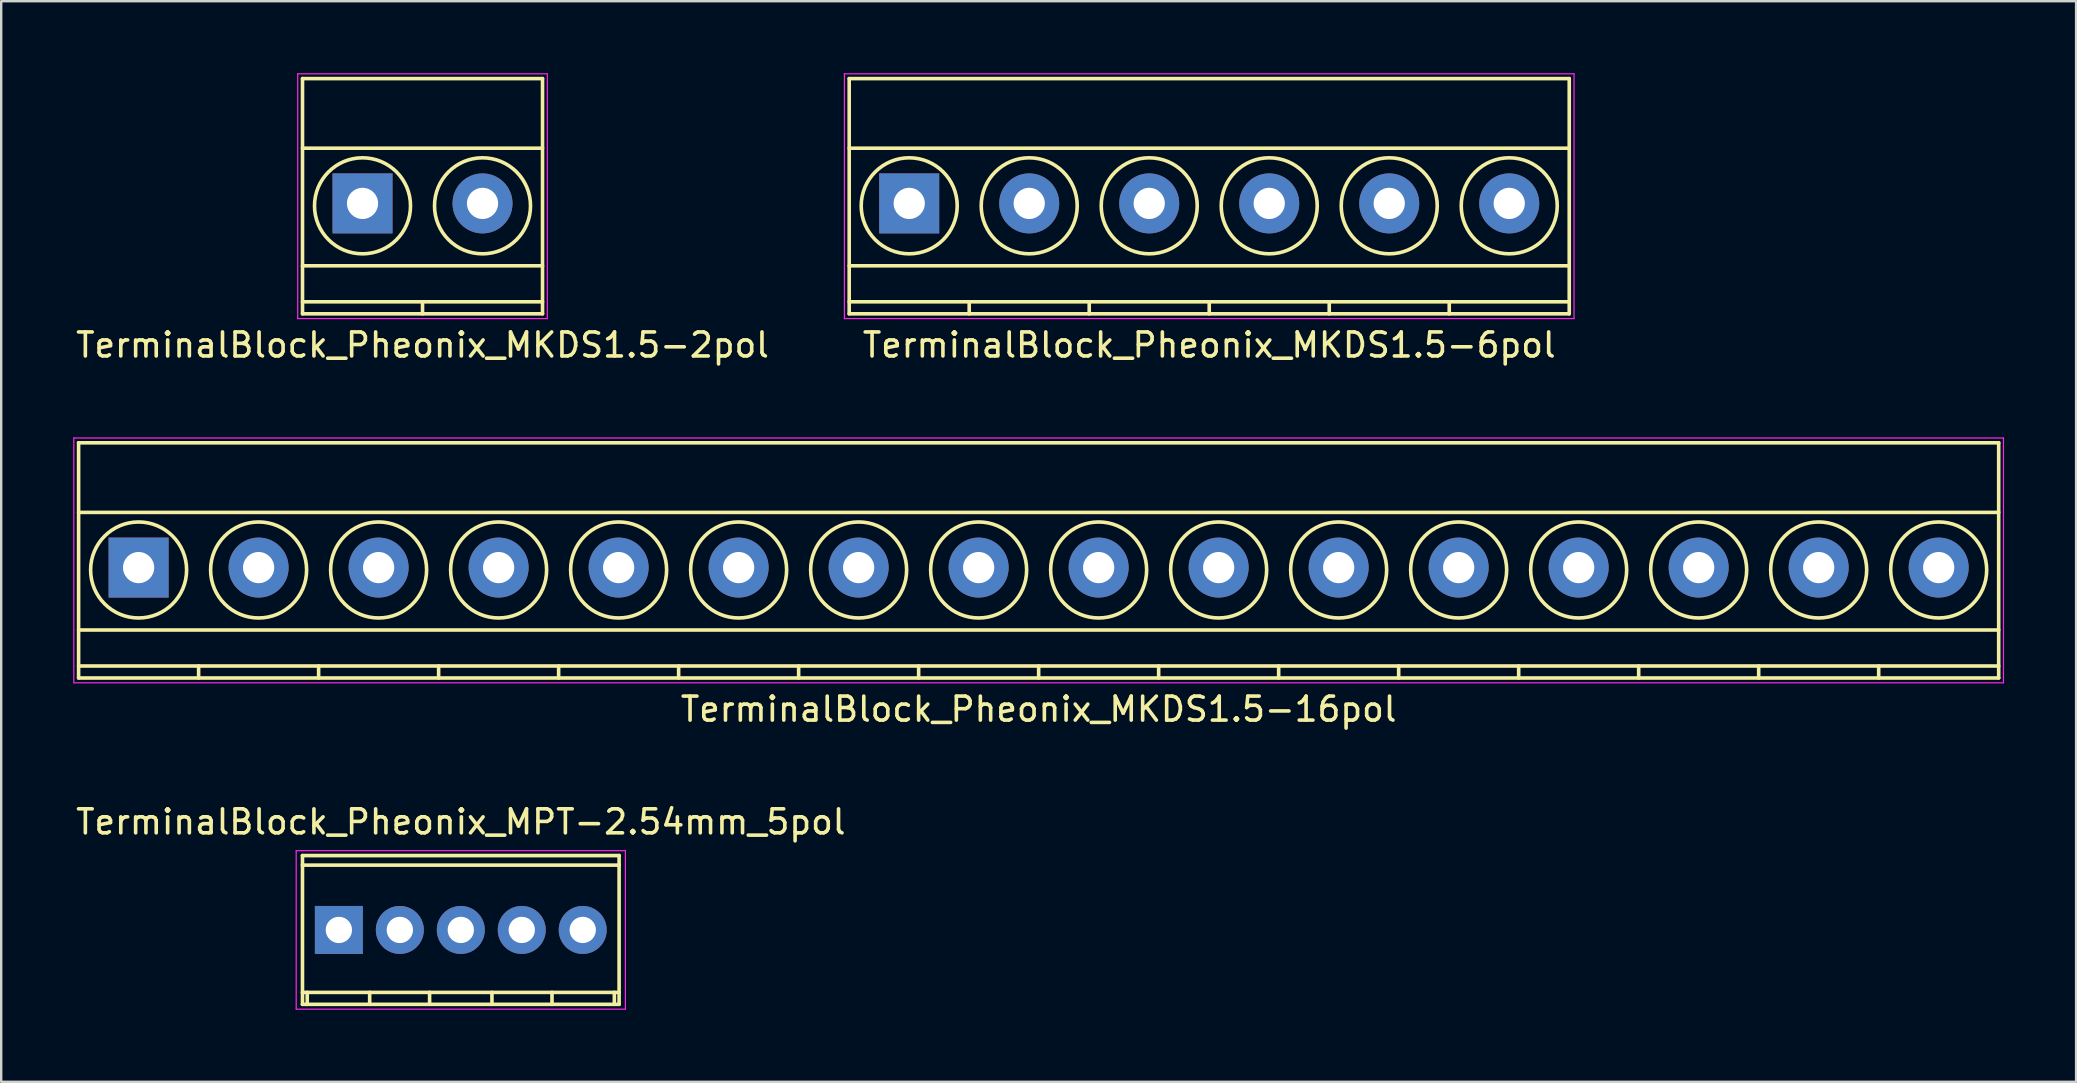
<source format=kicad_pcb>
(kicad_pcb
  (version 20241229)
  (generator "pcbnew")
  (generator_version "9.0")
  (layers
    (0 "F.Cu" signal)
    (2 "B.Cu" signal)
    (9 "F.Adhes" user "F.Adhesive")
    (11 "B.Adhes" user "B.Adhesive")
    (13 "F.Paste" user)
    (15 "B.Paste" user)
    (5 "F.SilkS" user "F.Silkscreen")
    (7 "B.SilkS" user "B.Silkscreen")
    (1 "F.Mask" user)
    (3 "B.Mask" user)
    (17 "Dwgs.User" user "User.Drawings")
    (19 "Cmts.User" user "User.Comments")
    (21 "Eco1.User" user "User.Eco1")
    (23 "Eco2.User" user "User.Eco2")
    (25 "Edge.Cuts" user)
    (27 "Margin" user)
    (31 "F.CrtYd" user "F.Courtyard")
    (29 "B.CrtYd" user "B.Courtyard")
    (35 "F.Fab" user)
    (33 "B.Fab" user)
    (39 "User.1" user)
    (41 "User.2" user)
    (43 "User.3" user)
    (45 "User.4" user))
  (footprint "TerminalBlock_Pheonix_MKDS1.5-6pol"
    (layer "F.Cu")
    (at 34.832 5.425)
    (property "Reference" "TerminalBlock_Pheonix_MKDS1.5-6pol" (at 12.5 5.9 0) (layer "F.SilkS") (effects (font (size 1 1) (thickness 0.15))))
    (attr through_hole)
    (fp_line (start -2.5 -5.2) (end -2.5 4.6) (stroke (width 0.15) (type solid)) (layer "F.SilkS"))
    (fp_line (start -2.5 -2.3) (end 27.5 -2.3) (stroke (width 0.15) (type solid)) (layer "F.SilkS"))
    (fp_line (start -2.5 2.6) (end 27.5 2.6) (stroke (width 0.15) (type solid)) (layer "F.SilkS"))
    (fp_line (start -2.5 4.1) (end 27.5 4.1) (stroke (width 0.15) (type solid)) (layer "F.SilkS"))
    (fp_line (start -2.5 4.6) (end 27.5 4.6) (stroke (width 0.15) (type solid)) (layer "F.SilkS"))
    (fp_line (start 2.5 4.1) (end 2.5 4.6) (stroke (width 0.15) (type solid)) (layer "F.SilkS"))
    (fp_line (start 7.5 4.1) (end 7.5 4.6) (stroke (width 0.15) (type solid)) (layer "F.SilkS"))
    (fp_line (start 12.5 4.1) (end 12.5 4.6) (stroke (width 0.15) (type solid)) (layer "F.SilkS"))
    (fp_line (start 17.5 4.1) (end 17.5 4.6) (stroke (width 0.15) (type solid)) (layer "F.SilkS"))
    (fp_line (start 22.5 4.1) (end 22.5 4.6) (stroke (width 0.15) (type solid)) (layer "F.SilkS"))
    (fp_line (start 27.5 -5.2) (end -2.5 -5.2) (stroke (width 0.15) (type solid)) (layer "F.SilkS"))
    (fp_line (start 27.5 4.6) (end 27.5 -5.2) (stroke (width 0.15) (type solid)) (layer "F.SilkS"))
    (fp_circle (center 0 0.1) (end 2 0.1) (stroke (width 0.15) (type solid)) (fill no) (layer "F.SilkS"))
    (fp_circle (center 5 0.1) (end 3 0.1) (stroke (width 0.15) (type solid)) (fill no) (layer "F.SilkS"))
    (fp_circle (center 10 0.1) (end 8 0.1) (stroke (width 0.15) (type solid)) (fill no) (layer "F.SilkS"))
    (fp_circle (center 15 0.1) (end 13 0.1) (stroke (width 0.15) (type solid)) (fill no) (layer "F.SilkS"))
    (fp_circle (center 20 0.1) (end 18 0.1) (stroke (width 0.15) (type solid)) (fill no) (layer "F.SilkS"))
    (fp_circle (center 25 0.1) (end 23 0.1) (stroke (width 0.15) (type solid)) (fill no) (layer "F.SilkS"))
    (fp_line (start -2.7 -5.4) (end 27.7 -5.4) (stroke (width 0.05) (type solid)) (layer "F.CrtYd"))
    (fp_line (start -2.7 4.8) (end -2.7 -5.4) (stroke (width 0.05) (type solid)) (layer "F.CrtYd"))
    (fp_line (start 27.7 -5.4) (end 27.7 4.8) (stroke (width 0.05) (type solid)) (layer "F.CrtYd"))
    (fp_line (start 27.7 4.8) (end -2.7 4.8) (stroke (width 0.05) (type solid)) (layer "F.CrtYd"))
    (pad "1" thru_hole rect (at 0 0) (size 2.5 2.5) (drill 1.3) (layers "*.Cu" "*.Mask"))
    (pad "2" thru_hole circle (at 5 0) (size 2.5 2.5) (drill 1.3) (layers "*.Cu" "*.Mask"))
    (pad "3" thru_hole circle (at 10 0) (size 2.5 2.5) (drill 1.3) (layers "*.Cu" "*.Mask"))
    (pad "4" thru_hole circle (at 15 0) (size 2.5 2.5) (drill 1.3) (layers "*.Cu" "*.Mask"))
    (pad "5" thru_hole circle (at 20 0) (size 2.5 2.5) (drill 1.3) (layers "*.Cu" "*.Mask"))
    (pad "6" thru_hole circle (at 25 0) (size 2.5 2.5) (drill 1.3) (layers "*.Cu" "*.Mask")))
  (footprint "TerminalBlock_Pheonix_MKDS1.5-2pol"
    (layer "F.Cu")
    (at 12.054 5.425)
    (property "Reference" "TerminalBlock_Pheonix_MKDS1.5-2pol" (at 2.5 5.9 0) (layer "F.SilkS") (effects (font (size 1 1) (thickness 0.15))))
    (attr through_hole)
    (fp_line (start -2.5 -5.2) (end -2.5 4.6) (stroke (width 0.15) (type solid)) (layer "F.SilkS"))
    (fp_line (start -2.5 -2.3) (end 7.5 -2.3) (stroke (width 0.15) (type solid)) (layer "F.SilkS"))
    (fp_line (start -2.5 2.6) (end 7.5 2.6) (stroke (width 0.15) (type solid)) (layer "F.SilkS"))
    (fp_line (start -2.5 4.1) (end 7.5 4.1) (stroke (width 0.15) (type solid)) (layer "F.SilkS"))
    (fp_line (start -2.5 4.6) (end 7.5 4.6) (stroke (width 0.15) (type solid)) (layer "F.SilkS"))
    (fp_line (start 2.5 4.1) (end 2.5 4.6) (stroke (width 0.15) (type solid)) (layer "F.SilkS"))
    (fp_line (start 7.5 -5.2) (end -2.5 -5.2) (stroke (width 0.15) (type solid)) (layer "F.SilkS"))
    (fp_line (start 7.5 4.6) (end 7.5 -5.2) (stroke (width 0.15) (type solid)) (layer "F.SilkS"))
    (fp_circle (center 0 0.1) (end 2 0.1) (stroke (width 0.15) (type solid)) (fill no) (layer "F.SilkS"))
    (fp_circle (center 5 0.1) (end 3 0.1) (stroke (width 0.15) (type solid)) (fill no) (layer "F.SilkS"))
    (fp_line (start -2.7 -5.4) (end 7.7 -5.4) (stroke (width 0.05) (type solid)) (layer "F.CrtYd"))
    (fp_line (start -2.7 4.8) (end -2.7 -5.4) (stroke (width 0.05) (type solid)) (layer "F.CrtYd"))
    (fp_line (start 7.7 -5.4) (end 7.7 4.8) (stroke (width 0.05) (type solid)) (layer "F.CrtYd"))
    (fp_line (start 7.7 4.8) (end -2.7 4.8) (stroke (width 0.05) (type solid)) (layer "F.CrtYd"))
    (pad "1" thru_hole rect (at 0 0) (size 2.5 2.5) (drill 1.3) (layers "*.Cu" "*.Mask"))
    (pad "2" thru_hole circle (at 5 0) (size 2.5 2.5) (drill 1.3) (layers "*.Cu" "*.Mask")))
  (footprint "TerminalBlock_Pheonix_MKDS1.5-16pol"
    (layer "F.Cu")
    (at 2.725 20.598)
    (property "Reference" "TerminalBlock_Pheonix_MKDS1.5-16pol" (at 37.5 5.9 0) (layer "F.SilkS") (effects (font (size 1 1) (thickness 0.15))))
    (attr through_hole)
    (fp_line (start -2.5 -5.2) (end -2.5 4.6) (stroke (width 0.15) (type solid)) (layer "F.SilkS"))
    (fp_line (start -2.5 -2.3) (end 77.5 -2.3) (stroke (width 0.15) (type solid)) (layer "F.SilkS"))
    (fp_line (start -2.5 2.6) (end 77.5 2.6) (stroke (width 0.15) (type solid)) (layer "F.SilkS"))
    (fp_line (start -2.5 4.1) (end 77.5 4.1) (stroke (width 0.15) (type solid)) (layer "F.SilkS"))
    (fp_line (start -2.5 4.6) (end 77.5 4.6) (stroke (width 0.15) (type solid)) (layer "F.SilkS"))
    (fp_line (start 2.5 4.1) (end 2.5 4.6) (stroke (width 0.15) (type solid)) (layer "F.SilkS"))
    (fp_line (start 7.5 4.1) (end 7.5 4.6) (stroke (width 0.15) (type solid)) (layer "F.SilkS"))
    (fp_line (start 12.5 4.1) (end 12.5 4.6) (stroke (width 0.15) (type solid)) (layer "F.SilkS"))
    (fp_line (start 17.5 4.1) (end 17.5 4.6) (stroke (width 0.15) (type solid)) (layer "F.SilkS"))
    (fp_line (start 22.5 4.1) (end 22.5 4.6) (stroke (width 0.15) (type solid)) (layer "F.SilkS"))
    (fp_line (start 27.5 4.1) (end 27.5 4.6) (stroke (width 0.15) (type solid)) (layer "F.SilkS"))
    (fp_line (start 32.5 4.1) (end 32.5 4.6) (stroke (width 0.15) (type solid)) (layer "F.SilkS"))
    (fp_line (start 37.5 4.1) (end 37.5 4.6) (stroke (width 0.15) (type solid)) (layer "F.SilkS"))
    (fp_line (start 42.5 4.1) (end 42.5 4.6) (stroke (width 0.15) (type solid)) (layer "F.SilkS"))
    (fp_line (start 47.5 4.1) (end 47.5 4.6) (stroke (width 0.15) (type solid)) (layer "F.SilkS"))
    (fp_line (start 52.5 4.1) (end 52.5 4.6) (stroke (width 0.15) (type solid)) (layer "F.SilkS"))
    (fp_line (start 57.5 4.1) (end 57.5 4.6) (stroke (width 0.15) (type solid)) (layer "F.SilkS"))
    (fp_line (start 62.5 4.1) (end 62.5 4.6) (stroke (width 0.15) (type solid)) (layer "F.SilkS"))
    (fp_line (start 67.5 4.1) (end 67.5 4.6) (stroke (width 0.15) (type solid)) (layer "F.SilkS"))
    (fp_line (start 72.5 4.1) (end 72.5 4.6) (stroke (width 0.15) (type solid)) (layer "F.SilkS"))
    (fp_line (start 77.5 -5.2) (end -2.5 -5.2) (stroke (width 0.15) (type solid)) (layer "F.SilkS"))
    (fp_line (start 77.5 4.6) (end 77.5 -5.2) (stroke (width 0.15) (type solid)) (layer "F.SilkS"))
    (fp_circle (center 0 0.1) (end 2 0.1) (stroke (width 0.15) (type solid)) (fill no) (layer "F.SilkS"))
    (fp_circle (center 5 0.1) (end 3 0.1) (stroke (width 0.15) (type solid)) (fill no) (layer "F.SilkS"))
    (fp_circle (center 10 0.1) (end 8 0.1) (stroke (width 0.15) (type solid)) (fill no) (layer "F.SilkS"))
    (fp_circle (center 15 0.1) (end 13 0.1) (stroke (width 0.15) (type solid)) (fill no) (layer "F.SilkS"))
    (fp_circle (center 20 0.1) (end 18 0.1) (stroke (width 0.15) (type solid)) (fill no) (layer "F.SilkS"))
    (fp_circle (center 25 0.1) (end 23 0.1) (stroke (width 0.15) (type solid)) (fill no) (layer "F.SilkS"))
    (fp_circle (center 30 0.1) (end 28 0.1) (stroke (width 0.15) (type solid)) (fill no) (layer "F.SilkS"))
    (fp_circle (center 35 0.1) (end 33 0.1) (stroke (width 0.15) (type solid)) (fill no) (layer "F.SilkS"))
    (fp_circle (center 40 0.1) (end 38 0.1) (stroke (width 0.15) (type solid)) (fill no) (layer "F.SilkS"))
    (fp_circle (center 45 0.1) (end 43 0.1) (stroke (width 0.15) (type solid)) (fill no) (layer "F.SilkS"))
    (fp_circle (center 50 0.1) (end 48 0.1) (stroke (width 0.15) (type solid)) (fill no) (layer "F.SilkS"))
    (fp_circle (center 55 0.1) (end 53 0.1) (stroke (width 0.15) (type solid)) (fill no) (layer "F.SilkS"))
    (fp_circle (center 60 0.1) (end 58 0.1) (stroke (width 0.15) (type solid)) (fill no) (layer "F.SilkS"))
    (fp_circle (center 65 0.1) (end 63 0.1) (stroke (width 0.15) (type solid)) (fill no) (layer "F.SilkS"))
    (fp_circle (center 70 0.1) (end 68 0.1) (stroke (width 0.15) (type solid)) (fill no) (layer "F.SilkS"))
    (fp_circle (center 75 0.1) (end 73 0.1) (stroke (width 0.15) (type solid)) (fill no) (layer "F.SilkS"))
    (fp_line (start -2.7 -5.4) (end -2.7 4.8) (stroke (width 0.05) (type solid)) (layer "F.CrtYd"))
    (fp_line (start -2.7 4.8) (end 77.7 4.8) (stroke (width 0.05) (type solid)) (layer "F.CrtYd"))
    (fp_line (start 77.7 -5.4) (end -2.7 -5.4) (stroke (width 0.05) (type solid)) (layer "F.CrtYd"))
    (fp_line (start 77.7 4.8) (end 77.7 -5.4) (stroke (width 0.05) (type solid)) (layer "F.CrtYd"))
    (pad "1" thru_hole rect (at 0 0) (size 2.5 2.5) (drill 1.3) (layers "*.Cu" "*.Mask"))
    (pad "2" thru_hole circle (at 5 0) (size 2.5 2.5) (drill 1.3) (layers "*.Cu" "*.Mask"))
    (pad "3" thru_hole circle (at 10 0) (size 2.5 2.5) (drill 1.3) (layers "*.Cu" "*.Mask"))
    (pad "4" thru_hole circle (at 15 0) (size 2.5 2.5) (drill 1.3) (layers "*.Cu" "*.Mask"))
    (pad "5" thru_hole circle (at 20 0) (size 2.5 2.5) (drill 1.3) (layers "*.Cu" "*.Mask"))
    (pad "6" thru_hole circle (at 25 0) (size 2.5 2.5) (drill 1.3) (layers "*.Cu" "*.Mask"))
    (pad "7" thru_hole circle (at 30 0) (size 2.5 2.5) (drill 1.3) (layers "*.Cu" "*.Mask"))
    (pad "8" thru_hole circle (at 35 0) (size 2.5 2.5) (drill 1.3) (layers "*.Cu" "*.Mask"))
    (pad "9" thru_hole circle (at 40 0) (size 2.5 2.5) (drill 1.3) (layers "*.Cu" "*.Mask"))
    (pad "10" thru_hole circle (at 45 0) (size 2.5 2.5) (drill 1.3) (layers "*.Cu" "*.Mask"))
    (pad "11" thru_hole circle (at 50 0) (size 2.5 2.5) (drill 1.3) (layers "*.Cu" "*.Mask"))
    (pad "12" thru_hole circle (at 55 0) (size 2.5 2.5) (drill 1.3) (layers "*.Cu" "*.Mask"))
    (pad "13" thru_hole circle (at 60 0) (size 2.5 2.5) (drill 1.3) (layers "*.Cu" "*.Mask"))
    (pad "14" thru_hole circle (at 65 0) (size 2.5 2.5) (drill 1.3) (layers "*.Cu" "*.Mask"))
    (pad "15" thru_hole circle (at 70 0) (size 2.5 2.5) (drill 1.3) (layers "*.Cu" "*.Mask"))
    (pad "16" thru_hole circle (at 75 0) (size 2.5 2.5) (drill 1.3) (layers "*.Cu" "*.Mask")))
  (footprint "TerminalBlock_Pheonix_MPT-2.54mm_5pol"
    (layer "F.Cu")
    (at 11.069 35.696)
    (property "Reference" "TerminalBlock_Pheonix_MPT-2.54mm_5pol" (at 5.08 -4.501 0) (layer "F.SilkS") (effects (font (size 1 1) (thickness 0.15))))
    (attr through_hole)
    (fp_line (start -1.519 -2.7) (end 11.679 -2.7) (stroke (width 0.15) (type solid)) (layer "F.SilkS"))
    (fp_line (start -1.519 2.601) (end 11.679 2.601) (stroke (width 0.15) (type solid)) (layer "F.SilkS"))
    (fp_line (start -1.516 -3.099) (end -1.516 3.099) (stroke (width 0.15) (type solid)) (layer "F.SilkS"))
    (fp_line (start -1.318 3.099) (end -1.318 2.601) (stroke (width 0.15) (type solid)) (layer "F.SilkS"))
    (fp_line (start 1.283 3.099) (end 1.283 2.601) (stroke (width 0.15) (type solid)) (layer "F.SilkS"))
    (fp_line (start 3.78 2.601) (end 3.78 3.099) (stroke (width 0.15) (type solid)) (layer "F.SilkS"))
    (fp_line (start 6.378 2.601) (end 6.378 3.099) (stroke (width 0.15) (type solid)) (layer "F.SilkS"))
    (fp_line (start 8.88 2.601) (end 8.88 3.099) (stroke (width 0.15) (type solid)) (layer "F.SilkS"))
    (fp_line (start 11.478 2.601) (end 11.478 3.099) (stroke (width 0.15) (type solid)) (layer "F.SilkS"))
    (fp_line (start 11.676 3.099) (end 11.676 -3.099) (stroke (width 0.15) (type solid)) (layer "F.SilkS"))
    (fp_line (start 11.679 -3.099) (end -1.519 -3.099) (stroke (width 0.15) (type solid)) (layer "F.SilkS"))
    (fp_line (start 11.679 3.099) (end -1.519 3.099) (stroke (width 0.15) (type solid)) (layer "F.SilkS"))
    (fp_line (start -1.778 -3.302) (end 11.938 -3.302) (stroke (width 0.05) (type solid)) (layer "F.CrtYd"))
    (fp_line (start -1.778 3.302) (end -1.778 -3.302) (stroke (width 0.05) (type solid)) (layer "F.CrtYd"))
    (fp_line (start 11.938 -3.302) (end 11.938 3.302) (stroke (width 0.05) (type solid)) (layer "F.CrtYd"))
    (fp_line (start 11.938 3.302) (end -1.778 3.302) (stroke (width 0.05) (type solid)) (layer "F.CrtYd"))
    (pad "1" thru_hole rect (at 0 0 180) (size 1.999 1.999) (drill 1.097) (layers "*.Cu" "*.Mask"))
    (pad "2" thru_hole oval (at 2.54 0 180) (size 1.999 1.999) (drill 1.097) (layers "*.Cu" "*.Mask"))
    (pad "3" thru_hole oval (at 5.08 0 180) (size 1.999 1.999) (drill 1.097) (layers "*.Cu" "*.Mask"))
    (pad "4" thru_hole oval (at 7.62 0 180) (size 1.999 1.999) (drill 1.097) (layers "*.Cu" "*.Mask"))
    (pad "5" thru_hole oval (at 10.16 0 180) (size 1.999 1.999) (drill 1.097) (layers "*.Cu" "*.Mask")))
  (gr_rect
    (start -3 -3)
    (end 83.45 42.023)
    (stroke (width 0.1) (type default))
    (fill no)
    (layer "Edge.Cuts")))
</source>
